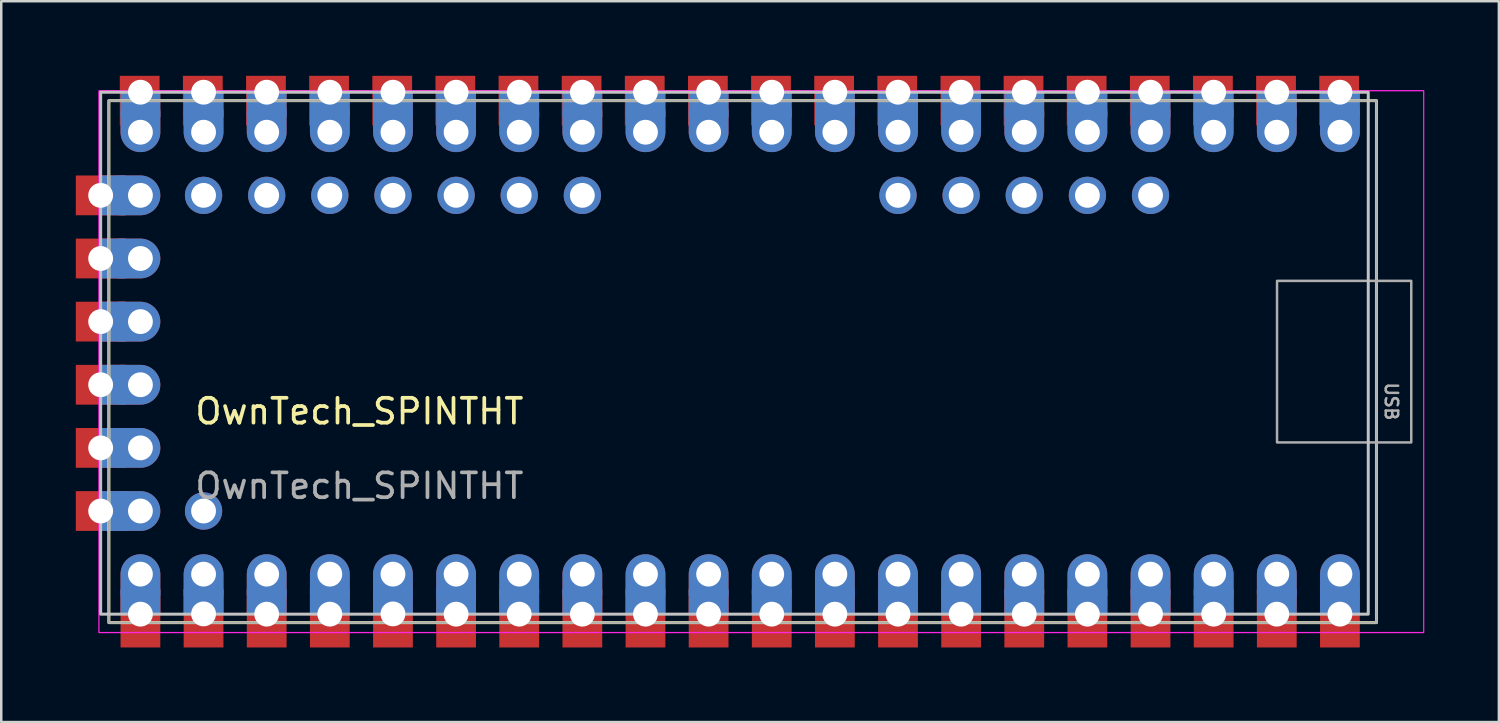
<source format=kicad_pcb>
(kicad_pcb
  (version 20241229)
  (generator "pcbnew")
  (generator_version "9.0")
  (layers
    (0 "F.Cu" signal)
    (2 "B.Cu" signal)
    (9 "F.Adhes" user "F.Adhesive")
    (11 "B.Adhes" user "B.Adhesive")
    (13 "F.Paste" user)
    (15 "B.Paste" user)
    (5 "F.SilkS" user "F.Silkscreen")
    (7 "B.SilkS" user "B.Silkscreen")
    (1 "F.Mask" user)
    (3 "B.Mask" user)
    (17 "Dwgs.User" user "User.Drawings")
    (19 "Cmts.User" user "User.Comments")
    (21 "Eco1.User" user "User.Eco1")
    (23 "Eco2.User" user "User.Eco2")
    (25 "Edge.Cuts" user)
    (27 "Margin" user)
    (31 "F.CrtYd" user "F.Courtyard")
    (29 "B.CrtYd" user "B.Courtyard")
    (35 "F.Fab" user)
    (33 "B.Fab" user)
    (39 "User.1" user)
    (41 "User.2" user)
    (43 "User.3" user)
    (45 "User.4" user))
  (footprint "OwnTech_SPINTHT"
    (layer "F.Cu")
    (at 2.6 2.27)
    (property "Reference" "OwnTech_SPINTHT" (at 8.81 11.23 0) (unlocked yes) (layer "F.SilkS") (effects (font (size 1 1) (thickness 0.15))))
    (attr smd)
    (fp_rect (start -1.27 -1.27) (end 49.73 19.73) (stroke (width 0.12) (type solid)) (fill no) (layer "F.SilkS"))
    (fp_rect (start -1.6 -1.61) (end 49.4 19.39) (stroke (width 0.12) (type solid)) (fill no) (layer "Dwgs.User"))
    (fp_rect (start -1.67 -1.67) (end 51.63 20.13) (stroke (width 0.05) (type solid)) (fill no) (layer "F.CrtYd"))
    (fp_rect (start -1.27 -1.27) (end 49.73 19.73) (stroke (width 0.1) (type solid)) (fill no) (layer "F.Fab"))
    (fp_rect (start 45.73 5.98) (end 51.13 12.48) (stroke (width 0.1) (type solid)) (fill no) (layer "F.Fab"))
    (fp_text user "USB" (at 50.33 10.83 270) (unlocked yes) (layer "F.Fab") (effects (font (size 0.5 0.5) (thickness 0.1))))
    (fp_text user "${REFERENCE}" (at 8.81 14.23 0) (unlocked yes) (layer "F.Fab") (effects (font (size 1 1) (thickness 0.15))))
    (pad "1" smd rect (at 48.23 -1.27) (size 1.6 2) (layers "F.Cu" "F.Mask" "F.Paste"))
    (pad "1" thru_hole rect (at 48.26 -1.61) (size 1.6 1) (drill 1 (offset 0 0.5)) (property pad_prop_castellated) (layers "*.Cu" "*.Mask"))
    (pad "1" thru_hole oval (at 48.26 0) (size 1.6 2.4) (drill 1 (offset 0 -0.4)) (layers "*.Cu" "*.Mask"))
    (pad "2" smd rect (at 45.69 -1.27) (size 1.6 2) (layers "F.Cu" "F.Mask" "F.Paste"))
    (pad "2" thru_hole rect (at 45.72 -1.61) (size 1.6 1) (drill 1 (offset 0 0.5)) (property pad_prop_castellated) (layers "*.Cu" "*.Mask"))
    (pad "2" thru_hole oval (at 45.72 0) (size 1.6 2.4) (drill 1 (offset 0 -0.4)) (layers "*.Cu" "*.Mask"))
    (pad "3" smd rect (at 43.15 -1.27) (size 1.6 2) (layers "F.Cu" "F.Mask" "F.Paste"))
    (pad "3" thru_hole rect (at 43.18 -1.61) (size 1.6 1) (drill 1 (offset 0 0.5)) (property pad_prop_castellated) (layers "*.Cu" "*.Mask"))
    (pad "3" thru_hole oval (at 43.18 0) (size 1.6 2.4) (drill 1 (offset 0 -0.4)) (layers "*.Cu" "*.Mask"))
    (pad "4" smd rect (at 40.61 -1.27) (size 1.6 2) (layers "F.Cu" "F.Mask" "F.Paste"))
    (pad "4" thru_hole rect (at 40.64 -1.61) (size 1.6 1) (drill 1 (offset 0 0.5)) (property pad_prop_castellated) (layers "*.Cu" "*.Mask"))
    (pad "4" thru_hole oval (at 40.64 0) (size 1.6 2.4) (drill 1 (offset 0 -0.4)) (layers "*.Cu" "*.Mask"))
    (pad "5" smd rect (at 38.07 -1.27) (size 1.6 2) (layers "F.Cu" "F.Mask" "F.Paste"))
    (pad "5" thru_hole rect (at 38.1 -1.61) (size 1.6 1) (drill 1 (offset 0 0.5)) (property pad_prop_castellated) (layers "*.Cu" "*.Mask"))
    (pad "5" thru_hole oval (at 38.1 0) (size 1.6 2.4) (drill 1 (offset 0 -0.4)) (layers "*.Cu" "*.Mask"))
    (pad "6" smd rect (at 35.53 -1.27) (size 1.6 2) (layers "F.Cu" "F.Mask" "F.Paste"))
    (pad "6" thru_hole rect (at 35.56 -1.61) (size 1.6 1) (drill 1 (offset 0 0.5)) (property pad_prop_castellated) (layers "*.Cu" "*.Mask"))
    (pad "6" thru_hole oval (at 35.56 0) (size 1.6 2.4) (drill 1 (offset 0 -0.4)) (layers "*.Cu" "*.Mask"))
    (pad "7" smd rect (at 32.99 -1.27) (size 1.6 2) (layers "F.Cu" "F.Mask" "F.Paste"))
    (pad "7" thru_hole rect (at 33.02 -1.61) (size 1.6 1) (drill 1 (offset 0 0.5)) (property pad_prop_castellated) (layers "*.Cu" "*.Mask"))
    (pad "7" thru_hole oval (at 33.02 0) (size 1.6 2.4) (drill 1 (offset 0 -0.4)) (layers "*.Cu" "*.Mask"))
    (pad "8" smd rect (at 30.45 -1.27) (size 1.6 2) (layers "F.Cu" "F.Mask" "F.Paste"))
    (pad "8" thru_hole rect (at 30.48 -1.61) (size 1.6 1) (drill 1 (offset 0 0.5)) (property pad_prop_castellated) (layers "*.Cu" "*.Mask"))
    (pad "8" thru_hole oval (at 30.48 0) (size 1.6 2.4) (drill 1 (offset 0 -0.4)) (layers "*.Cu" "*.Mask"))
    (pad "9" smd rect (at 27.91 -1.27) (size 1.6 2) (layers "F.Cu" "F.Mask" "F.Paste"))
    (pad "9" thru_hole rect (at 27.94 -1.61) (size 1.6 1) (drill 1 (offset 0 0.5)) (property pad_prop_castellated) (layers "*.Cu" "*.Mask"))
    (pad "9" thru_hole oval (at 27.94 0) (size 1.6 2.4) (drill 1 (offset 0 -0.4)) (layers "*.Cu" "*.Mask"))
    (pad "10" smd rect (at 25.37 -1.27) (size 1.6 2) (layers "F.Cu" "F.Mask" "F.Paste"))
    (pad "10" thru_hole rect (at 25.4 -1.61) (size 1.6 1) (drill 1 (offset 0 0.5)) (property pad_prop_castellated) (layers "*.Cu" "*.Mask"))
    (pad "10" thru_hole oval (at 25.4 0) (size 1.6 2.4) (drill 1 (offset 0 -0.4)) (layers "*.Cu" "*.Mask"))
    (pad "11" smd rect (at 22.83 -1.27) (size 1.6 2) (layers "F.Cu" "F.Mask" "F.Paste"))
    (pad "11" thru_hole rect (at 22.86 -1.61) (size 1.6 1) (drill 1 (offset 0 0.5)) (property pad_prop_castellated) (layers "*.Cu" "*.Mask"))
    (pad "11" thru_hole oval (at 22.86 0) (size 1.6 2.4) (drill 1 (offset 0 -0.4)) (layers "*.Cu" "*.Mask"))
    (pad "12" smd rect (at 20.29 -1.27) (size 1.6 2) (layers "F.Cu" "F.Mask" "F.Paste"))
    (pad "12" thru_hole rect (at 20.32 -1.61) (size 1.6 1) (drill 1 (offset 0 0.5)) (property pad_prop_castellated) (layers "*.Cu" "*.Mask"))
    (pad "12" thru_hole oval (at 20.32 0) (size 1.6 2.4) (drill 1 (offset 0 -0.4)) (layers "*.Cu" "*.Mask"))
    (pad "13" smd rect (at 17.75 -1.27) (size 1.6 2) (layers "F.Cu" "F.Mask" "F.Paste"))
    (pad "13" thru_hole rect (at 17.78 -1.61) (size 1.6 1) (drill 1 (offset 0 0.5)) (property pad_prop_castellated) (layers "*.Cu" "*.Mask"))
    (pad "13" thru_hole oval (at 17.78 0) (size 1.6 2.4) (drill 1 (offset 0 -0.4)) (layers "*.Cu" "*.Mask"))
    (pad "14" smd rect (at 15.21 -1.27) (size 1.6 2) (layers "F.Cu" "F.Mask" "F.Paste"))
    (pad "14" thru_hole rect (at 15.24 -1.61) (size 1.6 1) (drill 1 (offset 0 0.5)) (property pad_prop_castellated) (layers "*.Cu" "*.Mask"))
    (pad "14" thru_hole oval (at 15.24 0) (size 1.6 2.4) (drill 1 (offset 0 -0.4)) (layers "*.Cu" "*.Mask"))
    (pad "15" smd rect (at 12.67 -1.27) (size 1.6 2) (layers "F.Cu" "F.Mask" "F.Paste"))
    (pad "15" thru_hole rect (at 12.7 -1.61) (size 1.6 1) (drill 1 (offset 0 0.5)) (property pad_prop_castellated) (layers "*.Cu" "*.Mask"))
    (pad "15" thru_hole oval (at 12.7 0) (size 1.6 2.4) (drill 1 (offset 0 -0.4)) (layers "*.Cu" "*.Mask"))
    (pad "16" smd rect (at 10.13 -1.27) (size 1.6 2) (layers "F.Cu" "F.Mask" "F.Paste"))
    (pad "16" thru_hole rect (at 10.16 -1.61) (size 1.6 1) (drill 1 (offset 0 0.5)) (property pad_prop_castellated) (layers "*.Cu" "*.Mask"))
    (pad "16" thru_hole oval (at 10.16 0) (size 1.6 2.4) (drill 1 (offset 0 -0.4)) (layers "*.Cu" "*.Mask"))
    (pad "17" smd rect (at 7.59 -1.27) (size 1.6 2) (layers "F.Cu" "F.Mask" "F.Paste"))
    (pad "17" thru_hole rect (at 7.62 -1.61) (size 1.6 1) (drill 1 (offset 0 0.5)) (property pad_prop_castellated) (layers "*.Cu" "*.Mask"))
    (pad "17" thru_hole oval (at 7.62 0) (size 1.6 2.4) (drill 1 (offset 0 -0.4)) (layers "*.Cu" "*.Mask"))
    (pad "18" smd rect (at 5.05 -1.27) (size 1.6 2) (layers "F.Cu" "F.Mask" "F.Paste"))
    (pad "18" thru_hole rect (at 5.08 -1.61) (size 1.6 1) (drill 1 (offset 0 0.5)) (property pad_prop_castellated) (layers "*.Cu" "*.Mask"))
    (pad "18" thru_hole oval (at 5.08 0) (size 1.6 2.4) (drill 1 (offset 0 -0.4)) (layers "*.Cu" "*.Mask"))
    (pad "19" smd rect (at 2.51 -1.27) (size 1.6 2) (layers "F.Cu" "F.Mask" "F.Paste"))
    (pad "19" thru_hole rect (at 2.54 -1.61) (size 1.6 1) (drill 1 (offset 0 0.5)) (property pad_prop_castellated) (layers "*.Cu" "*.Mask"))
    (pad "19" thru_hole oval (at 2.54 0) (size 1.6 2.4) (drill 1 (offset 0 -0.4)) (layers "*.Cu" "*.Mask"))
    (pad "20" smd rect (at -0.03 -1.27) (size 1.6 2) (layers "F.Cu" "F.Mask" "F.Paste"))
    (pad "20" thru_hole rect (at 0 -1.61) (size 1.6 1) (drill 1 (offset 0 0.5)) (property pad_prop_castellated) (layers "*.Cu" "*.Mask"))
    (pad "20" thru_hole oval (at 0 0) (size 1.6 2.4) (drill 1 (offset 0 -0.4)) (layers "*.Cu" "*.Mask"))
    (pad "21" smd rect (at -1.6 2.54 90) (size 1.6 2) (layers "F.Cu" "F.Mask" "F.Paste"))
    (pad "21" thru_hole oval (at 0 17.78 180) (size 1.6 2.4) (drill 1 (offset 0 -0.4)) (layers "*.Cu" "*.Mask"))
    (pad "21" thru_hole rect (at 0 19.39 180) (size 1.6 1) (drill 1 (offset 0 0.5)) (property pad_prop_castellated) (layers "*.Cu" "*.Mask"))
    (pad "21" smd rect (at 0 19.73 180) (size 1.6 2) (layers "F.Cu" "F.Mask" "F.Paste"))
    (pad "22" smd rect (at -1.6 5.08 90) (size 1.6 2) (layers "F.Cu" "F.Mask" "F.Paste"))
    (pad "22" thru_hole oval (at 2.54 17.78 180) (size 1.6 2.4) (drill 1 (offset 0 -0.4)) (layers "*.Cu" "*.Mask"))
    (pad "22" thru_hole rect (at 2.54 19.38 180) (size 1.6 1) (drill 1 (offset 0 0.5)) (property pad_prop_castellated) (layers "*.Cu" "*.Mask"))
    (pad "22" smd rect (at 2.54 19.73 180) (size 1.6 2) (layers "F.Cu" "F.Mask" "F.Paste"))
    (pad "23" smd rect (at -1.6 7.62 90) (size 1.6 2) (layers "F.Cu" "F.Mask" "F.Paste"))
    (pad "23" thru_hole oval (at 5.08 17.78 180) (size 1.6 2.4) (drill 1 (offset 0 -0.4)) (layers "*.Cu" "*.Mask"))
    (pad "23" thru_hole rect (at 5.08 19.39 180) (size 1.6 1) (drill 1 (offset 0 0.5)) (property pad_prop_castellated) (layers "*.Cu" "*.Mask"))
    (pad "23" smd rect (at 5.08 19.73 180) (size 1.6 2) (layers "F.Cu" "F.Mask" "F.Paste"))
    (pad "24" smd rect (at -1.6 10.16 90) (size 1.6 2) (layers "F.Cu" "F.Mask" "F.Paste"))
    (pad "24" thru_hole oval (at 7.62 17.78 180) (size 1.6 2.4) (drill 1 (offset 0 -0.4)) (layers "*.Cu" "*.Mask"))
    (pad "24" thru_hole rect (at 7.62 19.39 180) (size 1.6 1) (drill 1 (offset 0 0.5)) (property pad_prop_castellated) (layers "*.Cu" "*.Mask"))
    (pad "24" smd rect (at 7.62 19.73 180) (size 1.6 2) (layers "F.Cu" "F.Mask" "F.Paste"))
    (pad "25" smd rect (at -1.6 12.7 90) (size 1.6 2) (layers "F.Cu" "F.Mask" "F.Paste"))
    (pad "25" thru_hole oval (at 10.16 17.78 180) (size 1.6 2.4) (drill 1 (offset 0 -0.4)) (layers "*.Cu" "*.Mask"))
    (pad "25" thru_hole rect (at 10.16 19.38 180) (size 1.6 1) (drill 1 (offset 0 0.5)) (property pad_prop_castellated) (layers "*.Cu" "*.Mask"))
    (pad "25" smd rect (at 10.16 19.73 180) (size 1.6 2) (layers "F.Cu" "F.Mask" "F.Paste"))
    (pad "26" smd rect (at -1.6 15.24 90) (size 1.6 2) (layers "F.Cu" "F.Mask" "F.Paste"))
    (pad "26" thru_hole oval (at 12.7 17.78 180) (size 1.6 2.4) (drill 1 (offset 0 -0.4)) (layers "*.Cu" "*.Mask"))
    (pad "26" thru_hole rect (at 12.7 19.39 180) (size 1.6 1) (drill 1 (offset 0 0.5)) (property pad_prop_castellated) (layers "*.Cu" "*.Mask"))
    (pad "26" smd rect (at 12.7 19.73 180) (size 1.6 2) (layers "F.Cu" "F.Mask" "F.Paste"))
    (pad "27" thru_hole oval (at 15.24 17.78 180) (size 1.6 2.4) (drill 1 (offset 0 -0.4)) (layers "*.Cu" "*.Mask"))
    (pad "27" thru_hole rect (at 15.24 19.39 180) (size 1.6 1) (drill 1 (offset 0 0.5)) (property pad_prop_castellated) (layers "*.Cu" "*.Mask"))
    (pad "27" smd rect (at 15.24 19.73 180) (size 1.6 2) (layers "F.Cu" "F.Mask" "F.Paste"))
    (pad "28" thru_hole oval (at 17.78 17.78 180) (size 1.6 2.4) (drill 1 (offset 0 -0.4)) (layers "*.Cu" "*.Mask"))
    (pad "28" thru_hole rect (at 17.78 19.39 180) (size 1.6 1) (drill 1 (offset 0 0.5)) (property pad_prop_castellated) (layers "*.Cu" "*.Mask"))
    (pad "28" smd rect (at 17.78 19.73 180) (size 1.6 2) (layers "F.Cu" "F.Mask" "F.Paste"))
    (pad "29" thru_hole oval (at 20.32 17.78 180) (size 1.6 2.4) (drill 1 (offset 0 -0.4)) (layers "*.Cu" "*.Mask"))
    (pad "29" thru_hole rect (at 20.32 19.39 180) (size 1.6 1) (drill 1 (offset 0 0.5)) (property pad_prop_castellated) (layers "*.Cu" "*.Mask"))
    (pad "29" smd rect (at 20.32 19.73 180) (size 1.6 2) (layers "F.Cu" "F.Mask" "F.Paste"))
    (pad "30" thru_hole oval (at 22.86 17.78 180) (size 1.6 2.4) (drill 1 (offset 0 -0.4)) (layers "*.Cu" "*.Mask"))
    (pad "30" thru_hole rect (at 22.86 19.39 180) (size 1.6 1) (drill 1 (offset 0 0.5)) (property pad_prop_castellated) (layers "*.Cu" "*.Mask"))
    (pad "30" smd rect (at 22.86 19.73 180) (size 1.6 2) (layers "F.Cu" "F.Mask" "F.Paste"))
    (pad "31" thru_hole oval (at 25.4 17.78 180) (size 1.6 2.4) (drill 1 (offset 0 -0.4)) (layers "*.Cu" "*.Mask"))
    (pad "31" thru_hole rect (at 25.4 19.39 180) (size 1.6 1) (drill 1 (offset 0 0.5)) (property pad_prop_castellated) (layers "*.Cu" "*.Mask"))
    (pad "31" smd rect (at 25.4 19.73 180) (size 1.6 2) (layers "F.Cu" "F.Mask" "F.Paste"))
    (pad "32" thru_hole oval (at 27.94 17.78 180) (size 1.6 2.4) (drill 1 (offset 0 -0.4)) (layers "*.Cu" "*.Mask"))
    (pad "32" thru_hole rect (at 27.94 19.39 180) (size 1.6 1) (drill 1 (offset 0 0.5)) (property pad_prop_castellated) (layers "*.Cu" "*.Mask"))
    (pad "32" smd rect (at 27.94 19.73 180) (size 1.6 2) (layers "F.Cu" "F.Mask" "F.Paste"))
    (pad "33" thru_hole oval (at 30.48 17.78 180) (size 1.6 2.4) (drill 1 (offset 0 -0.4)) (layers "*.Cu" "*.Mask"))
    (pad "33" thru_hole rect (at 30.48 19.39 180) (size 1.6 1) (drill 1 (offset 0 0.5)) (property pad_prop_castellated) (layers "*.Cu" "*.Mask"))
    (pad "33" smd rect (at 30.48 19.73 180) (size 1.6 2) (layers "F.Cu" "F.Mask" "F.Paste"))
    (pad "34" thru_hole oval (at 33.02 17.78 180) (size 1.6 2.4) (drill 1 (offset 0 -0.4)) (layers "*.Cu" "*.Mask"))
    (pad "34" thru_hole rect (at 33.02 19.39 180) (size 1.6 1) (drill 1 (offset 0 0.5)) (property pad_prop_castellated) (layers "*.Cu" "*.Mask"))
    (pad "34" smd rect (at 33.02 19.73 180) (size 1.6 2) (layers "F.Cu" "F.Mask" "F.Paste"))
    (pad "35" thru_hole oval (at 35.56 17.78 180) (size 1.6 2.4) (drill 1 (offset 0 -0.4)) (layers "*.Cu" "*.Mask"))
    (pad "35" thru_hole rect (at 35.56 19.39 180) (size 1.6 1) (drill 1 (offset 0 0.5)) (property pad_prop_castellated) (layers "*.Cu" "*.Mask"))
    (pad "35" smd rect (at 35.56 19.73 180) (size 1.6 2) (layers "F.Cu" "F.Mask" "F.Paste"))
    (pad "36" thru_hole oval (at 38.1 17.78 180) (size 1.6 2.4) (drill 1 (offset 0 -0.4)) (layers "*.Cu" "*.Mask"))
    (pad "36" thru_hole rect (at 38.1 19.39 180) (size 1.6 1) (drill 1 (offset 0 0.5)) (property pad_prop_castellated) (layers "*.Cu" "*.Mask"))
    (pad "36" smd rect (at 38.1 19.73 180) (size 1.6 2) (layers "F.Cu" "F.Mask" "F.Paste"))
    (pad "37" thru_hole oval (at 40.64 17.78 180) (size 1.6 2.4) (drill 1 (offset 0 -0.4)) (layers "*.Cu" "*.Mask"))
    (pad "37" thru_hole rect (at 40.64 19.39 180) (size 1.6 1) (drill 1 (offset 0 0.5)) (property pad_prop_castellated) (layers "*.Cu" "*.Mask"))
    (pad "37" smd rect (at 40.64 19.73 180) (size 1.6 2) (layers "F.Cu" "F.Mask" "F.Paste"))
    (pad "38" thru_hole oval (at 43.18 17.78 180) (size 1.6 2.4) (drill 1 (offset 0 -0.4)) (layers "*.Cu" "*.Mask"))
    (pad "38" thru_hole rect (at 43.18 19.39 180) (size 1.6 1) (drill 1 (offset 0 0.5)) (property pad_prop_castellated) (layers "*.Cu" "*.Mask"))
    (pad "38" smd rect (at 43.18 19.73 180) (size 1.6 2) (layers "F.Cu" "F.Mask" "F.Paste"))
    (pad "39" thru_hole oval (at 45.72 17.78 180) (size 1.6 2.4) (drill 1 (offset 0 -0.4)) (layers "*.Cu" "*.Mask"))
    (pad "39" thru_hole rect (at 45.72 19.39 180) (size 1.6 1) (drill 1 (offset 0 0.5)) (property pad_prop_castellated) (layers "*.Cu" "*.Mask"))
    (pad "39" smd rect (at 45.72 19.73 180) (size 1.6 2) (layers "F.Cu" "F.Mask" "F.Paste"))
    (pad "40" thru_hole oval (at 48.26 17.78 180) (size 1.6 2.4) (drill 1 (offset 0 -0.4)) (layers "*.Cu" "*.Mask"))
    (pad "40" thru_hole rect (at 48.26 19.39 180) (size 1.6 1) (drill 1 (offset 0 0.5)) (property pad_prop_castellated) (layers "*.Cu" "*.Mask"))
    (pad "40" smd rect (at 48.26 19.73 180) (size 1.6 2) (layers "F.Cu" "F.Mask" "F.Paste"))
    (pad "41" thru_hole circle (at 40.64 2.54 90) (size 1.5 1.5) (drill 1) (property pad_prop_castellated) (layers "*.Cu" "*.Mask"))
    (pad "42" thru_hole circle (at 38.1 2.54 90) (size 1.5 1.5) (drill 1) (property pad_prop_castellated) (layers "*.Cu" "*.Mask"))
    (pad "43" thru_hole circle (at 35.56 2.54 90) (size 1.5 1.5) (drill 1) (property pad_prop_castellated) (layers "*.Cu" "*.Mask"))
    (pad "44" thru_hole circle (at 33.02 2.54 90) (size 1.5 1.5) (drill 1) (property pad_prop_castellated) (layers "*.Cu" "*.Mask"))
    (pad "45" thru_hole circle (at 30.48 2.54 90) (size 1.5 1.5) (drill 1) (property pad_prop_castellated) (layers "*.Cu" "*.Mask"))
    (pad "46" thru_hole circle (at 17.78 2.54 90) (size 1.5 1.5) (drill 1) (property pad_prop_castellated) (layers "*.Cu" "*.Mask"))
    (pad "47" thru_hole circle (at 15.24 2.54 90) (size 1.5 1.5) (drill 1) (property pad_prop_castellated) (layers "*.Cu" "*.Mask"))
    (pad "48" thru_hole circle (at 12.7 2.54 90) (size 1.5 1.5) (drill 1) (property pad_prop_castellated) (layers "*.Cu" "*.Mask"))
    (pad "49" thru_hole circle (at 10.16 2.54 90) (size 1.5 1.5) (drill 1) (property pad_prop_castellated) (layers "*.Cu" "*.Mask"))
    (pad "50" thru_hole circle (at 7.62 2.54 90) (size 1.5 1.5) (drill 1) (property pad_prop_castellated) (layers "*.Cu" "*.Mask"))
    (pad "51" thru_hole circle (at 5.08 2.54 90) (size 1.5 1.5) (drill 1) (property pad_prop_castellated) (layers "*.Cu" "*.Mask"))
    (pad "52" thru_hole circle (at 2.54 2.54 90) (size 1.5 1.5) (drill 1) (property pad_prop_castellated) (layers "*.Cu" "*.Mask"))
    (pad "53" thru_hole rect (at -1.6 2.54 90) (size 1.6 1) (drill 1 (offset 0 0.5)) (property pad_prop_castellated) (layers "*.Cu" "*.Mask"))
    (pad "53" thru_hole oval (at 0 2.54 90) (size 1.6 2.4) (drill 1 (offset 0 -0.4)) (layers "*.Cu" "*.Mask"))
    (pad "54" thru_hole rect (at -1.6 5.08 90) (size 1.6 1) (drill 1 (offset 0 0.5)) (property pad_prop_castellated) (layers "*.Cu" "*.Mask"))
    (pad "54" thru_hole oval (at 0 5.08 90) (size 1.6 2.4) (drill 1 (offset 0 -0.4)) (layers "*.Cu" "*.Mask"))
    (pad "55" thru_hole rect (at -1.6 7.62 90) (size 1.6 1) (drill 1 (offset 0 0.5)) (property pad_prop_castellated) (layers "*.Cu" "*.Mask"))
    (pad "55" thru_hole oval (at 0 7.62 90) (size 1.6 2.4) (drill 1 (offset 0 -0.4)) (layers "*.Cu" "*.Mask"))
    (pad "56" thru_hole rect (at -1.6 10.16 90) (size 1.6 1) (drill 1 (offset 0 0.5)) (property pad_prop_castellated) (layers "*.Cu" "*.Mask"))
    (pad "56" thru_hole oval (at 0 10.16 90) (size 1.6 2.4) (drill 1 (offset 0 -0.4)) (layers "*.Cu" "*.Mask"))
    (pad "57" thru_hole rect (at -1.6 12.7 90) (size 1.6 1) (drill 1 (offset 0 0.5)) (property pad_prop_castellated) (layers "*.Cu" "*.Mask"))
    (pad "57" thru_hole oval (at 0 12.7 90) (size 1.6 2.4) (drill 1 (offset 0 -0.4)) (layers "*.Cu" "*.Mask"))
    (pad "58" thru_hole rect (at -1.6 15.24 90) (size 1.6 1) (drill 1 (offset 0 0.5)) (property pad_prop_castellated) (layers "*.Cu" "*.Mask"))
    (pad "58" thru_hole oval (at 0 15.24 90) (size 1.6 2.4) (drill 1 (offset 0 -0.4)) (layers "*.Cu" "*.Mask"))
    (pad "59" thru_hole circle (at 2.54 15.24 90) (size 1.5 1.5) (drill 1) (property pad_prop_castellated) (layers "*.Cu" "*.Mask")))
  (gr_rect
    (start -3 -3)
    (end 57.255 26)
    (stroke (width 0.1) (type default))
    (fill no)
    (layer "Edge.Cuts")))
</source>
